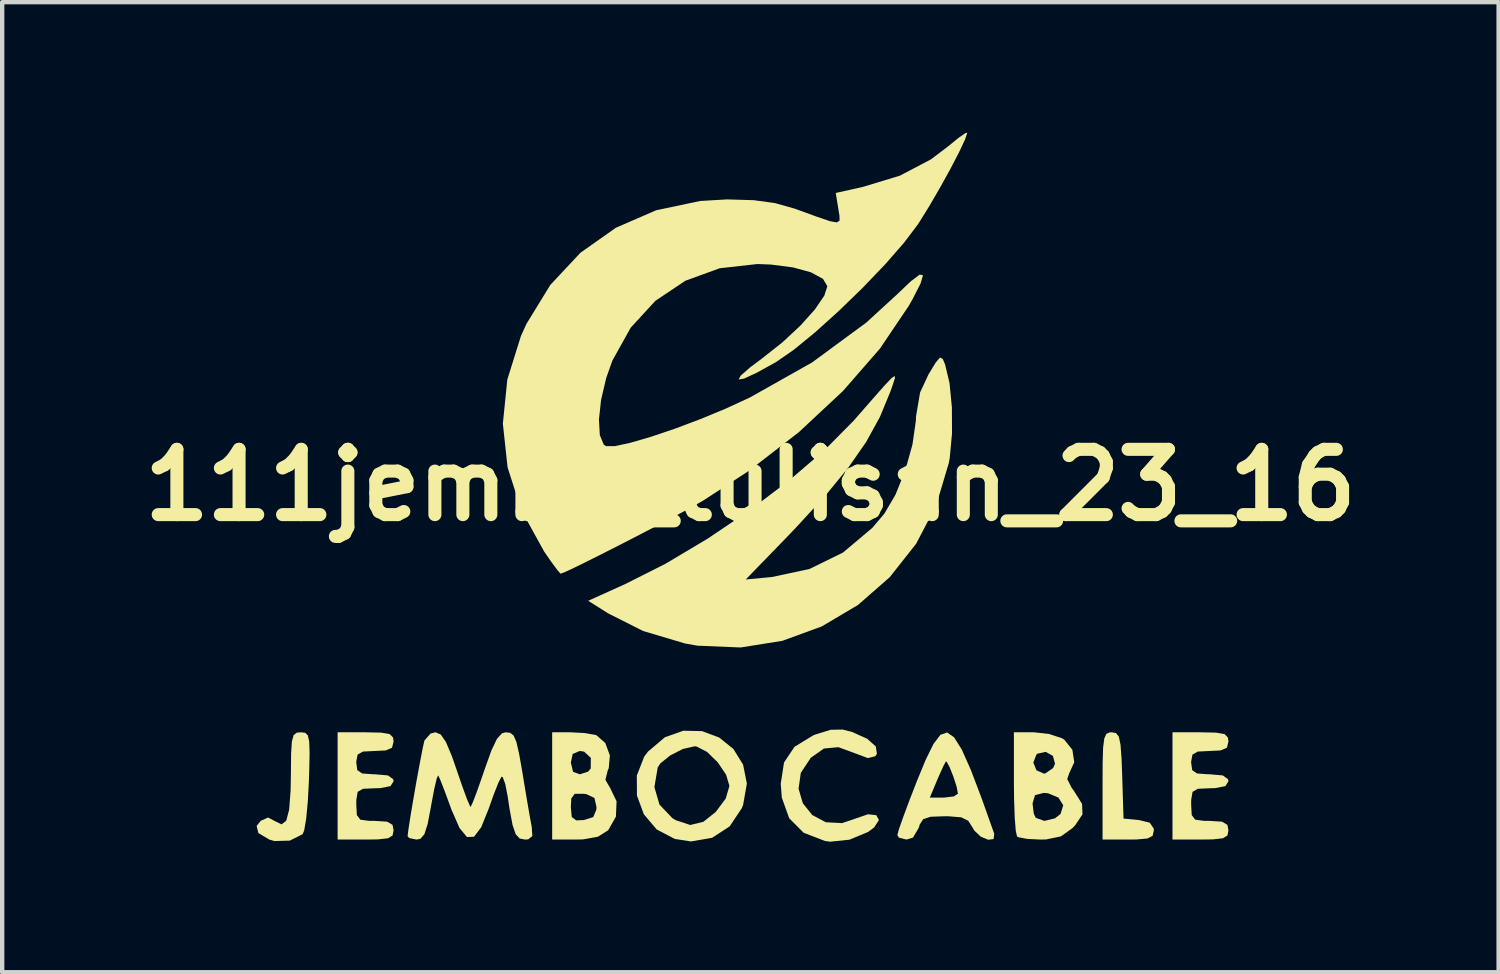
<source format=kicad_pcb>
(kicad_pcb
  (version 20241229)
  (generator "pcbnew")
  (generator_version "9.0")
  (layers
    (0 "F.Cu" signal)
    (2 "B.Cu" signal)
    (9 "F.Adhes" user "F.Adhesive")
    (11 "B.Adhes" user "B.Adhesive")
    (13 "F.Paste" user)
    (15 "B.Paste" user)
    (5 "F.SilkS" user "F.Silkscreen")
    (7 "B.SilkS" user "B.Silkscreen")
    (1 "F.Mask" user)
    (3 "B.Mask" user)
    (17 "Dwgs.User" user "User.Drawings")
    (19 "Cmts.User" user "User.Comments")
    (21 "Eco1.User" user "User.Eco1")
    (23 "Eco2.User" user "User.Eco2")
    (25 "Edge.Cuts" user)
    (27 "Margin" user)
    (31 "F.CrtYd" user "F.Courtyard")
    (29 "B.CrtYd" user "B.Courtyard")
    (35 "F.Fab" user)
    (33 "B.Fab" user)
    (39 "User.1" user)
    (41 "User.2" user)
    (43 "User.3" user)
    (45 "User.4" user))
  (footprint "111jembo_tulisan_23_16"
    (layer "F.Cu")
    (at 14.193 8.097)
    (property "Reference" "111jembo_tulisan_23_16" (at 0 0 0) (layer "F.SilkS") (effects (font (size 1.5 1.5) (thickness 0.3))))
    (attr board_only exclude_from_pos_files exclude_from_bom)
    (fp_poly (pts (xy 8.401 5.698) (xy 8.466 5.78) (xy 8.505 5.965) (xy 8.529 6.293) (xy 8.543 6.672) (xy 8.574 7.663) (xy 8.922 7.696) (xy 9.176 7.757) (xy 9.268 7.892) (xy 9.27 7.938) (xy 9.243 8.058) (xy 9.127 8.12) (xy 8.871 8.143) (xy 8.681 8.145) (xy 8.092 8.145) (xy 8.092 6.913) (xy 8.094 6.383) (xy 8.105 6.031) (xy 8.132 5.821) (xy 8.179 5.717) (xy 8.254 5.683) (xy 8.302 5.68)) (stroke (width 0) (type solid)) (fill yes) (layer "F.SilkS"))
    (fp_poly (pts (xy -10.233 5.691) (xy -10.17 5.749) (xy -10.138 5.892) (xy -10.129 6.159) (xy -10.138 6.587) (xy -10.145 6.8) (xy -10.17 7.275) (xy -10.208 7.67) (xy -10.254 7.937) (xy -10.289 8.021) (xy -10.583 8.169) (xy -10.935 8.179) (xy -11.055 8.145) (xy -11.306 7.995) (xy -11.346 7.832) (xy -11.252 7.715) (xy -11.083 7.638) (xy -10.923 7.723) (xy -10.773 7.796) (xy -10.666 7.713) (xy -10.599 7.459) (xy -10.565 7.018) (xy -10.558 6.618) (xy -10.554 6.168) (xy -10.536 5.891) (xy -10.496 5.745) (xy -10.422 5.688) (xy -10.332 5.68)) (stroke (width 0) (type solid)) (fill yes) (layer "F.SilkS"))
    (fp_poly (pts (xy 2.34 5.674) (xy 2.684 5.829) (xy 2.882 6.006) (xy 2.907 6.176) (xy 2.869 6.23) (xy 2.701 6.273) (xy 2.429 6.172) (xy 2.022 6.022) (xy 1.69 6.053) (xy 1.388 6.265) (xy 1.158 6.613) (xy 1.107 6.976) (xy 1.205 7.312) (xy 1.423 7.582) (xy 1.733 7.747) (xy 2.106 7.767) (xy 2.407 7.665) (xy 2.701 7.564) (xy 2.893 7.585) (xy 2.953 7.695) (xy 2.847 7.863) (xy 2.706 7.969) (xy 2.277 8.148) (xy 1.832 8.194) (xy 1.715 8.178) (xy 1.224 7.989) (xy 0.892 7.656) (xy 0.722 7.182) (xy 0.697 6.861) (xy 0.773 6.374) (xy 1.014 6.013) (xy 1.437 5.754) (xy 1.5 5.728) (xy 1.846 5.622) (xy 2.12 5.617)) (stroke (width 0) (type solid)) (fill yes) (layer "F.SilkS"))
    (fp_poly (pts (xy -8.483 5.688) (xy -8.289 5.722) (xy -8.211 5.8) (xy -8.199 5.895) (xy -8.235 6.035) (xy -8.38 6.097) (xy -8.627 6.109) (xy -8.904 6.123) (xy -9.026 6.192) (xy -9.056 6.353) (xy -9.056 6.377) (xy -9.033 6.549) (xy -8.922 6.626) (xy -8.665 6.645) (xy -8.627 6.645) (xy -8.329 6.671) (xy -8.207 6.759) (xy -8.199 6.805) (xy -8.27 6.917) (xy -8.504 6.963) (xy -8.627 6.966) (xy -8.902 6.978) (xy -9.024 7.048) (xy -9.055 7.231) (xy -9.056 7.341) (xy -9.043 7.582) (xy -8.963 7.688) (xy -8.754 7.716) (xy -8.627 7.716) (xy -8.347 7.734) (xy -8.223 7.807) (xy -8.199 7.931) (xy -8.222 8.051) (xy -8.325 8.115) (xy -8.557 8.141) (xy -8.842 8.145) (xy -9.485 8.145) (xy -9.485 6.913) (xy -9.485 5.68) (xy -8.842 5.68)) (stroke (width 0) (type solid)) (fill yes) (layer "F.SilkS"))
    (fp_poly (pts (xy -1.112 5.653) (xy -0.718 5.8) (xy -0.391 6.063) (xy -0.168 6.423) (xy -0.081 6.858) (xy -0.167 7.347) (xy -0.197 7.423) (xy -0.477 7.843) (xy -0.88 8.104) (xy -1.366 8.188) (xy -1.733 8.132) (xy -2.152 7.914) (xy -2.449 7.563) (xy -2.607 7.133) (xy -2.608 6.94) (xy -2.206 6.94) (xy -2.089 7.342) (xy -1.792 7.654) (xy -1.715 7.7) (xy -1.383 7.81) (xy -1.081 7.737) (xy -0.796 7.51) (xy -0.567 7.203) (xy -0.482 6.913) (xy -0.559 6.653) (xy -0.751 6.369) (xy -0.996 6.131) (xy -1.235 6.007) (xy -1.283 6.002) (xy -1.552 6.063) (xy -1.845 6.213) (xy -2.071 6.397) (xy -2.13 6.489) (xy -2.206 6.94) (xy -2.608 6.94) (xy -2.61 6.674) (xy -2.441 6.241) (xy -2.354 6.124) (xy -1.965 5.794) (xy -1.54 5.644)) (stroke (width 0) (type solid)) (fill yes) (layer "F.SilkS"))
    (fp_poly (pts (xy 10.701 5.688) (xy 10.895 5.722) (xy 10.973 5.8) (xy 10.985 5.895) (xy 10.949 6.035) (xy 10.804 6.097) (xy 10.557 6.109) (xy 10.28 6.123) (xy 10.158 6.192) (xy 10.128 6.353) (xy 10.128 6.377) (xy 10.151 6.549) (xy 10.262 6.626) (xy 10.519 6.645) (xy 10.557 6.645) (xy 10.855 6.671) (xy 10.977 6.759) (xy 10.985 6.805) (xy 10.914 6.917) (xy 10.68 6.963) (xy 10.557 6.966) (xy 10.282 6.978) (xy 10.16 7.048) (xy 10.129 7.231) (xy 10.128 7.341) (xy 10.141 7.582) (xy 10.221 7.688) (xy 10.43 7.716) (xy 10.557 7.716) (xy 10.837 7.734) (xy 10.961 7.807) (xy 10.985 7.931) (xy 10.962 8.051) (xy 10.859 8.115) (xy 10.627 8.141) (xy 10.342 8.145) (xy 9.699 8.145) (xy 9.699 6.913) (xy 9.699 5.68) (xy 10.342 5.68)) (stroke (width 0) (type solid)) (fill yes) (layer "F.SilkS"))
    (fp_poly (pts (xy 4.681 5.796) (xy 4.859 6.08) (xy 5.066 6.546) (xy 5.315 7.201) (xy 5.603 8.011) (xy 5.589 8.133) (xy 5.464 8.149) (xy 5.294 8.078) (xy 5.145 7.938) (xy 5.11 7.877) (xy 5.006 7.713) (xy 4.845 7.634) (xy 4.556 7.61) (xy 4.462 7.609) (xy 4.141 7.621) (xy 3.971 7.676) (xy 3.89 7.802) (xy 3.868 7.877) (xy 3.736 8.099) (xy 3.588 8.145) (xy 3.415 8.102) (xy 3.376 8.043) (xy 3.413 7.908) (xy 3.515 7.618) (xy 3.664 7.218) (xy 3.679 7.181) (xy 4.123 7.181) (xy 4.446 7.181) (xy 4.673 7.154) (xy 4.769 7.091) (xy 4.769 7.089) (xy 4.738 6.927) (xy 4.664 6.698) (xy 4.578 6.481) (xy 4.509 6.356) (xy 4.492 6.35) (xy 4.431 6.464) (xy 4.324 6.701) (xy 4.289 6.784) (xy 4.123 7.181) (xy 3.679 7.181) (xy 3.822 6.811) (xy 4.029 6.309) (xy 4.206 5.949) (xy 4.366 5.738) (xy 4.52 5.684)) (stroke (width 0) (type solid)) (fill yes) (layer "F.SilkS"))
    (fp_poly (pts (xy -3.815 5.697) (xy -3.566 5.739) (xy -3.537 5.748) (xy -3.334 5.927) (xy -3.229 6.212) (xy -3.255 6.505) (xy -3.277 6.553) (xy -3.332 6.773) (xy -3.224 6.957) (xy -3.075 7.265) (xy -3.09 7.618) (xy -3.265 7.927) (xy -3.269 7.931) (xy -3.502 8.079) (xy -3.847 8.141) (xy -4.019 8.145) (xy -4.555 8.145) (xy -4.555 7.395) (xy -4.126 7.395) (xy -4.105 7.626) (xy -4.003 7.704) (xy -3.831 7.697) (xy -3.611 7.629) (xy -3.539 7.455) (xy -3.537 7.395) (xy -3.584 7.189) (xy -3.766 7.102) (xy -3.831 7.093) (xy -4.036 7.093) (xy -4.115 7.2) (xy -4.126 7.395) (xy -4.555 7.395) (xy -4.555 6.913) (xy -4.555 6.377) (xy -4.126 6.377) (xy -4.074 6.589) (xy -3.921 6.645) (xy -3.728 6.584) (xy -3.669 6.511) (xy -3.666 6.267) (xy -3.822 6.124) (xy -3.923 6.109) (xy -4.084 6.178) (xy -4.126 6.377) (xy -4.555 6.377) (xy -4.555 5.68) (xy -4.135 5.68)) (stroke (width 0) (type solid)) (fill yes) (layer "F.SilkS"))
    (fp_poly (pts (xy 6.863 5.719) (xy 7.157 5.816) (xy 7.21 5.847) (xy 7.398 6.081) (xy 7.442 6.367) (xy 7.329 6.615) (xy 7.328 6.616) (xy 7.28 6.754) (xy 7.385 6.961) (xy 7.435 7.027) (xy 7.621 7.325) (xy 7.631 7.566) (xy 7.46 7.82) (xy 7.4 7.882) (xy 7.136 8.071) (xy 6.797 8.142) (xy 6.667 8.145) (xy 6.365 8.13) (xy 6.161 8.092) (xy 6.127 8.074) (xy 6.098 7.943) (xy 6.074 7.646) (xy 6.063 7.323) (xy 6.484 7.323) (xy 6.512 7.549) (xy 6.555 7.645) (xy 6.756 7.716) (xy 6.999 7.657) (xy 7.127 7.556) (xy 7.189 7.357) (xy 7.079 7.181) (xy 6.84 7.081) (xy 6.739 7.073) (xy 6.54 7.124) (xy 6.484 7.313) (xy 6.484 7.323) (xy 6.063 7.323) (xy 6.059 7.229) (xy 6.055 6.841) (xy 6.055 6.377) (xy 6.501 6.377) (xy 6.573 6.553) (xy 6.742 6.629) (xy 6.777 6.625) (xy 6.956 6.501) (xy 7 6.402) (xy 6.951 6.222) (xy 6.785 6.129) (xy 6.597 6.171) (xy 6.57 6.195) (xy 6.501 6.377) (xy 6.055 6.377) (xy 6.055 5.68) (xy 6.514 5.68)) (stroke (width 0) (type solid)) (fill yes) (layer "F.SilkS"))
    (fp_poly (pts (xy 4.419 -2.9) (xy 4.473 -2.775) (xy 4.576 -2.345) (xy 4.63 -1.788) (xy 4.633 -1.189) (xy 4.581 -0.629) (xy 4.561 -0.514) (xy 4.269 0.466) (xy 3.808 1.348) (xy 3.201 2.117) (xy 2.471 2.755) (xy 1.641 3.247) (xy 0.735 3.578) (xy -0.224 3.731) (xy -1.213 3.69) (xy -1.5 3.64) (xy -2.464 3.353) (xy -3.271 2.946) (xy -3.727 2.658) (xy -2.881 2.276) (xy -1.952 1.808) (xy -0.98 1.229) (xy -0.012 0.576) (xy 0.901 -0.116) (xy 1.712 -0.813) (xy 2.372 -1.479) (xy 2.413 -1.526) (xy 2.806 -1.976) (xy 3.075 -2.281) (xy 3.238 -2.453) (xy 3.314 -2.508) (xy 3.321 -2.459) (xy 3.277 -2.32) (xy 3.216 -2.147) (xy 2.976 -1.566) (xy 2.662 -0.995) (xy 2.25 -0.401) (xy 1.717 0.248) (xy 1.04 0.984) (xy 0.867 1.165) (xy -0.107 2.169) (xy 0.501 2.111) (xy 1.359 1.927) (xy 2.129 1.549) (xy 2.801 0.983) (xy 3.078 0.656) (xy 3.333 0.223) (xy 3.558 -0.337) (xy 3.724 -0.933) (xy 3.802 -1.477) (xy 3.805 -1.573) (xy 3.9 -2.131) (xy 4.091 -2.541) (xy 4.259 -2.818) (xy 4.357 -2.931)) (stroke (width 0) (type solid)) (fill yes) (layer "F.SilkS"))
    (fp_poly (pts (xy -5.517 5.693) (xy -5.441 5.755) (xy -5.377 5.902) (xy -5.315 6.173) (xy -5.239 6.602) (xy -5.197 6.859) (xy -5.128 7.272) (xy -5.064 7.642) (xy -5.025 7.85) (xy -5.01 8.065) (xy -5.105 8.14) (xy -5.178 8.145) (xy -5.302 8.121) (xy -5.393 8.022) (xy -5.465 7.811) (xy -5.533 7.448) (xy -5.578 7.149) (xy -5.633 6.867) (xy -5.691 6.711) (xy -5.72 6.701) (xy -5.787 6.83) (xy -5.895 7.102) (xy -6.011 7.429) (xy -6.185 7.861) (xy -6.35 8.08) (xy -6.513 8.087) (xy -6.683 7.881) (xy -6.867 7.463) (xy -6.89 7.399) (xy -7.019 7.047) (xy -7.121 6.785) (xy -7.174 6.669) (xy -7.175 6.669) (xy -7.209 6.746) (xy -7.265 6.986) (xy -7.332 7.339) (xy -7.34 7.388) (xy -7.417 7.791) (xy -7.492 8.023) (xy -7.582 8.127) (xy -7.673 8.145) (xy -7.841 8.11) (xy -7.877 8.065) (xy -7.858 7.91) (xy -7.81 7.603) (xy -7.743 7.204) (xy -7.667 6.772) (xy -7.592 6.366) (xy -7.53 6.045) (xy -7.49 5.868) (xy -7.49 5.868) (xy -7.35 5.709) (xy -7.236 5.68) (xy -7.116 5.73) (xy -6.997 5.902) (xy -6.859 6.229) (xy -6.752 6.538) (xy -6.618 6.927) (xy -6.509 7.224) (xy -6.441 7.381) (xy -6.43 7.395) (xy -6.383 7.301) (xy -6.287 7.05) (xy -6.16 6.689) (xy -6.109 6.538) (xy -5.951 6.097) (xy -5.824 5.831) (xy -5.709 5.704) (xy -5.62 5.68)) (stroke (width 0) (type solid)) (fill yes) (layer "F.SilkS"))
    (fp_poly (pts (xy 4.932 -7.941) (xy 4.794 -7.648) (xy 4.595 -7.265) (xy 4.359 -6.838) (xy 4.112 -6.413) (xy 3.879 -6.038) (xy 3.848 -5.991) (xy 3.531 -5.57) (xy 3.095 -5.071) (xy 2.581 -4.535) (xy 2.032 -4.002) (xy 1.49 -3.513) (xy 0.996 -3.109) (xy 0.593 -2.83) (xy 0.582 -2.823) (xy 0.141 -2.58) (xy -0.145 -2.448) (xy -0.27 -2.427) (xy -0.225 -2.513) (xy -0.005 -2.706) (xy 0.263 -2.907) (xy 0.732 -3.277) (xy 1.149 -3.665) (xy 1.482 -4.036) (xy 1.699 -4.355) (xy 1.768 -4.569) (xy 1.668 -4.74) (xy 1.392 -4.889) (xy 0.981 -5.002) (xy 0.472 -5.068) (xy 0.161 -5.08) (xy -0.705 -4.983) (xy -1.494 -4.696) (xy -2.183 -4.235) (xy -2.75 -3.618) (xy -3.171 -2.862) (xy -3.313 -2.462) (xy -3.431 -1.96) (xy -3.48 -1.507) (xy -3.46 -1.149) (xy -3.371 -0.932) (xy -3.318 -0.895) (xy -3.119 -0.895) (xy -2.764 -0.971) (xy -2.292 -1.108) (xy -1.743 -1.293) (xy -1.156 -1.514) (xy -0.57 -1.756) (xy -0.025 -2.007) (xy 0.000218 -2.02) (xy 1.418 -2.819) (xy 2.66 -3.732) (xy 3.348 -4.362) (xy 3.686 -4.683) (xy 3.891 -4.837) (xy 3.966 -4.821) (xy 3.911 -4.634) (xy 3.728 -4.276) (xy 3.64 -4.12) (xy 2.977 -3.137) (xy 2.126 -2.161) (xy 1.113 -1.216) (xy -0.035 -0.328) (xy -1.083 0.354) (xy -1.341 0.501) (xy -1.715 0.704) (xy -2.167 0.943) (xy -2.658 1.198) (xy -3.151 1.451) (xy -3.606 1.68) (xy -3.985 1.868) (xy -4.25 1.993) (xy -4.362 2.036) (xy -4.434 1.955) (xy -4.588 1.745) (xy -4.739 1.527) (xy -5.263 0.577) (xy -5.58 -0.408) (xy -5.688 -1.413) (xy -5.586 -2.423) (xy -5.274 -3.423) (xy -5.145 -3.707) (xy -4.597 -4.6) (xy -3.906 -5.339) (xy -3.09 -5.914) (xy -2.167 -6.315) (xy -1.153 -6.529) (xy -0.536 -6.565) (xy 0.077 -6.547) (xy 0.566 -6.48) (xy 1.019 -6.352) (xy 1.072 -6.333) (xy 1.533 -6.165) (xy 1.827 -6.065) (xy 1.987 -6.036) (xy 2.049 -6.077) (xy 2.047 -6.189) (xy 2.021 -6.346) (xy 1.961 -6.713) (xy 2.588 -6.853) (xy 3.437 -7.111) (xy 4.15 -7.486) (xy 4.543 -7.784) (xy 4.784 -7.98) (xy 4.944 -8.09) (xy 4.984 -8.097)) (stroke (width 0) (type solid)) (fill yes) (layer "F.SilkS")))
  (gr_rect
    (start -3 -3)
    (end 31.386 19.291)
    (stroke (width 0.1) (type default))
    (fill no)
    (layer "Edge.Cuts")))
</source>
